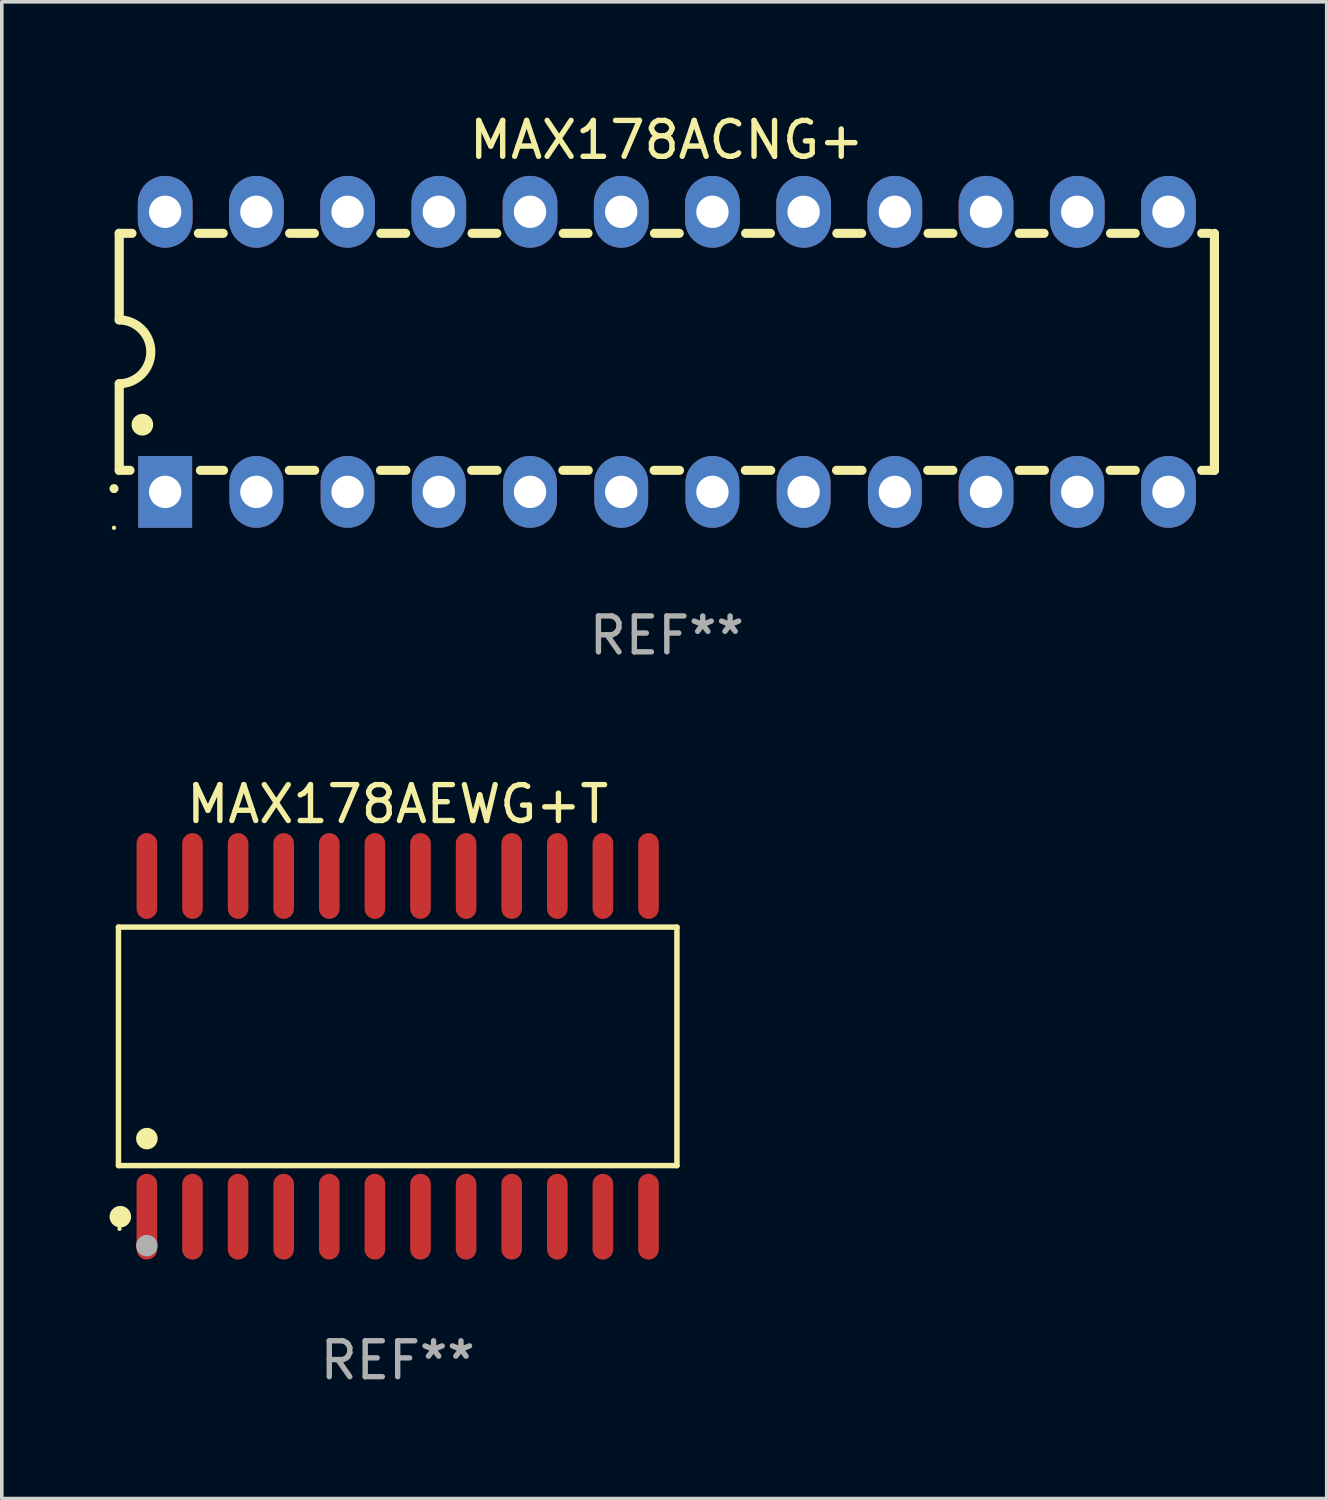
<source format=kicad_pcb>
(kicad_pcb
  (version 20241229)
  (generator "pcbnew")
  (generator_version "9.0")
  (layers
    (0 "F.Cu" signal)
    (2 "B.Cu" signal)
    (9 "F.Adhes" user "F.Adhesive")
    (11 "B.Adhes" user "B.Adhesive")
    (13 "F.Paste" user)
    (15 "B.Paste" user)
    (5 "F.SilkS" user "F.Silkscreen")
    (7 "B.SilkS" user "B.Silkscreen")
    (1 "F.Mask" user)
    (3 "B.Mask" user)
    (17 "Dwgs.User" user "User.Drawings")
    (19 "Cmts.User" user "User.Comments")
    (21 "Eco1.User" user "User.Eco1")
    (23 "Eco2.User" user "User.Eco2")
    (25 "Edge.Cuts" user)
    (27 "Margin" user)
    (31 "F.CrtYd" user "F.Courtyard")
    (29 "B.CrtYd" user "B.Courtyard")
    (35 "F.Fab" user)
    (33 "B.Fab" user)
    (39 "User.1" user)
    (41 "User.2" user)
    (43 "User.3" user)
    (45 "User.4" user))
  (footprint "MAX178AEWG+T"
    (layer "F.Cu")
    (at 8.025 26.089)
    (property "Reference" "MAX178AEWG+T" (at 0 -6.744 0) (layer "F.SilkS") (effects (font (size 1 1) (thickness 0.15))))
    (attr through_hole)
    (fp_line (start -7.776 -3.321) (end 7.776 -3.321) (stroke (width 0.152) (type solid)) (layer "F.SilkS"))
    (fp_line (start -7.776 3.321) (end -7.776 -3.321) (stroke (width 0.152) (type solid)) (layer "F.SilkS"))
    (fp_line (start 7.776 -3.321) (end 7.776 3.321) (stroke (width 0.152) (type solid)) (layer "F.SilkS"))
    (fp_line (start 7.776 3.321) (end -7.776 3.321) (stroke (width 0.152) (type solid)) (layer "F.SilkS"))
    (fp_circle (center -7.747 5.08) (end -7.717 5.08) (stroke (width 0.06) (type solid)) (fill no) (layer "F.SilkS"))
    (fp_circle (center -7.724 4.744) (end -7.574 4.744) (stroke (width 0.3) (type solid)) (fill no) (layer "F.SilkS"))
    (fp_circle (center -6.985 2.569) (end -6.835 2.569) (stroke (width 0.3) (type solid)) (fill no) (layer "F.SilkS"))
    (fp_circle (center -6.985 5.55) (end -6.835 5.55) (stroke (width 0.3) (type solid)) (fill no) (layer "F.Fab"))
    (fp_text user "REF**" (at 0 8.744 0) (layer "F.Fab") (effects (font (size 1 1) (thickness 0.15))))
    (pad "1" smd oval (at -6.985 4.744) (size 0.574 2.388) (layers "F.Cu" "F.Mask" "F.Paste"))
    (pad "2" smd oval (at -5.715 4.744) (size 0.574 2.388) (layers "F.Cu" "F.Mask" "F.Paste"))
    (pad "3" smd oval (at -4.445 4.744) (size 0.574 2.388) (layers "F.Cu" "F.Mask" "F.Paste"))
    (pad "4" smd oval (at -3.175 4.744) (size 0.574 2.388) (layers "F.Cu" "F.Mask" "F.Paste"))
    (pad "5" smd oval (at -1.905 4.744) (size 0.574 2.388) (layers "F.Cu" "F.Mask" "F.Paste"))
    (pad "6" smd oval (at -0.635 4.744) (size 0.574 2.388) (layers "F.Cu" "F.Mask" "F.Paste"))
    (pad "7" smd oval (at 0.635 4.744) (size 0.574 2.388) (layers "F.Cu" "F.Mask" "F.Paste"))
    (pad "8" smd oval (at 1.905 4.744) (size 0.574 2.388) (layers "F.Cu" "F.Mask" "F.Paste"))
    (pad "9" smd oval (at 3.175 4.744) (size 0.574 2.388) (layers "F.Cu" "F.Mask" "F.Paste"))
    (pad "10" smd oval (at 4.445 4.744) (size 0.574 2.388) (layers "F.Cu" "F.Mask" "F.Paste"))
    (pad "11" smd oval (at 5.715 4.744) (size 0.574 2.388) (layers "F.Cu" "F.Mask" "F.Paste"))
    (pad "12" smd oval (at 6.985 4.744) (size 0.574 2.388) (layers "F.Cu" "F.Mask" "F.Paste"))
    (pad "13" smd oval (at 6.985 -4.744) (size 0.574 2.388) (layers "F.Cu" "F.Mask" "F.Paste"))
    (pad "14" smd oval (at 5.715 -4.744) (size 0.574 2.388) (layers "F.Cu" "F.Mask" "F.Paste"))
    (pad "15" smd oval (at 4.445 -4.744) (size 0.574 2.388) (layers "F.Cu" "F.Mask" "F.Paste"))
    (pad "16" smd oval (at 3.175 -4.744) (size 0.574 2.388) (layers "F.Cu" "F.Mask" "F.Paste"))
    (pad "17" smd oval (at 1.905 -4.744) (size 0.574 2.388) (layers "F.Cu" "F.Mask" "F.Paste"))
    (pad "18" smd oval (at 0.635 -4.744) (size 0.574 2.388) (layers "F.Cu" "F.Mask" "F.Paste"))
    (pad "19" smd oval (at -0.635 -4.744) (size 0.574 2.388) (layers "F.Cu" "F.Mask" "F.Paste"))
    (pad "20" smd oval (at -1.905 -4.744) (size 0.574 2.388) (layers "F.Cu" "F.Mask" "F.Paste"))
    (pad "21" smd oval (at -3.175 -4.744) (size 0.574 2.388) (layers "F.Cu" "F.Mask" "F.Paste"))
    (pad "22" smd oval (at -4.445 -4.744) (size 0.574 2.388) (layers "F.Cu" "F.Mask" "F.Paste"))
    (pad "23" smd oval (at -5.715 -4.744) (size 0.574 2.388) (layers "F.Cu" "F.Mask" "F.Paste"))
    (pad "24" smd oval (at -6.985 -4.744) (size 0.574 2.388) (layers "F.Cu" "F.Mask" "F.Paste")))
  (footprint "MAX178ACNG+"
    (layer "F.Cu")
    (at 15.52 6.748)
    (property "Reference" "MAX178ACNG+" (at 0 -5.9 0) (layer "F.SilkS") (effects (font (size 1 1) (thickness 0.15))))
    (attr through_hole)
    (fp_line (start -15.25 -3.3) (end -15.25 -0.889) (stroke (width 0.254) (type solid)) (layer "F.SilkS"))
    (fp_line (start -15.25 -3.3) (end -14.895 -3.3) (stroke (width 0.254) (type solid)) (layer "F.SilkS"))
    (fp_line (start -15.25 3.3) (end -15.25 0.889) (stroke (width 0.254) (type solid)) (layer "F.SilkS"))
    (fp_line (start -15.25 3.3) (end -14.951 3.3) (stroke (width 0.254) (type solid)) (layer "F.SilkS"))
    (fp_line (start -13.045 -3.3) (end -12.355 -3.3) (stroke (width 0.254) (type solid)) (layer "F.SilkS"))
    (fp_line (start -12.989 3.3) (end -12.347 3.3) (stroke (width 0.254) (type solid)) (layer "F.SilkS"))
    (fp_line (start -10.514 3.3) (end -9.807 3.3) (stroke (width 0.254) (type solid)) (layer "F.SilkS"))
    (fp_line (start -10.505 -3.3) (end -9.815 -3.3) (stroke (width 0.254) (type solid)) (layer "F.SilkS"))
    (fp_line (start -7.974 3.3) (end -7.267 3.3) (stroke (width 0.254) (type solid)) (layer "F.SilkS"))
    (fp_line (start -7.965 -3.3) (end -7.275 -3.3) (stroke (width 0.254) (type solid)) (layer "F.SilkS"))
    (fp_line (start -5.434 3.3) (end -4.727 3.3) (stroke (width 0.254) (type solid)) (layer "F.SilkS"))
    (fp_line (start -5.425 -3.3) (end -4.735 -3.3) (stroke (width 0.254) (type solid)) (layer "F.SilkS"))
    (fp_line (start -2.894 3.3) (end -2.187 3.3) (stroke (width 0.254) (type solid)) (layer "F.SilkS"))
    (fp_line (start -2.885 -3.3) (end -2.195 -3.3) (stroke (width 0.254) (type solid)) (layer "F.SilkS"))
    (fp_line (start -0.354 3.3) (end 0.353 3.3) (stroke (width 0.254) (type solid)) (layer "F.SilkS"))
    (fp_line (start -0.345 -3.3) (end 0.345 -3.3) (stroke (width 0.254) (type solid)) (layer "F.SilkS"))
    (fp_line (start 2.186 3.3) (end 2.893 3.3) (stroke (width 0.254) (type solid)) (layer "F.SilkS"))
    (fp_line (start 2.195 -3.3) (end 2.885 -3.3) (stroke (width 0.254) (type solid)) (layer "F.SilkS"))
    (fp_line (start 4.726 3.3) (end 5.434 3.3) (stroke (width 0.254) (type solid)) (layer "F.SilkS"))
    (fp_line (start 4.735 -3.3) (end 5.425 -3.3) (stroke (width 0.254) (type solid)) (layer "F.SilkS"))
    (fp_line (start 7.266 3.3) (end 7.965 3.3) (stroke (width 0.254) (type solid)) (layer "F.SilkS"))
    (fp_line (start 7.275 -3.3) (end 7.965 -3.3) (stroke (width 0.254) (type solid)) (layer "F.SilkS"))
    (fp_line (start 9.815 -3.3) (end 10.505 -3.3) (stroke (width 0.254) (type solid)) (layer "F.SilkS"))
    (fp_line (start 9.815 3.3) (end 10.514 3.3) (stroke (width 0.254) (type solid)) (layer "F.SilkS"))
    (fp_line (start 12.346 3.3) (end 13.045 3.3) (stroke (width 0.254) (type solid)) (layer "F.SilkS"))
    (fp_line (start 12.355 -3.3) (end 13.045 -3.3) (stroke (width 0.254) (type solid)) (layer "F.SilkS"))
    (fp_line (start 14.895 -3.3) (end 15.113 -3.3) (stroke (width 0.254) (type solid)) (layer "F.SilkS"))
    (fp_line (start 14.895 3.3) (end 15.25 3.3) (stroke (width 0.254) (type solid)) (layer "F.SilkS"))
    (fp_line (start 15.25 -3.3) (end 15.25 3.3) (stroke (width 0.254) (type solid)) (layer "F.SilkS"))
    (fp_arc (start -15.394971 3.810033) (mid -15.394978 3.808763) (end -15.394971 3.807493) (stroke (width 0.25) (type solid)) (layer "F.SilkS"))
    (fp_arc (start -15.251053 -0.890146) (mid -14.361467 -0.001067) (end -15.250038 0.889027) (stroke (width 0.254001) (type solid)) (layer "F.SilkS"))
    (fp_arc (start -14.605029 2.032029) (mid -14.60504 2.029489) (end -14.605029 2.026949) (stroke (width 0.6) (type solid)) (layer "F.SilkS"))
    (fp_circle (center -15.395 4.9) (end -15.365 4.9) (stroke (width 0.06) (type solid)) (fill no) (layer "F.SilkS"))
    (fp_text user "REF**" (at 0 7.9 0) (layer "F.Fab") (effects (font (size 1 1) (thickness 0.15))))
    (pad "1" thru_hole rect (at -13.97 3.9 90) (size 2 1.5) (drill 0.9) (layers "*.Cu" "*.Mask"))
    (pad "2" thru_hole oval (at -11.43 3.9 90) (size 2 1.5) (drill 0.9) (layers "*.Cu" "*.Mask"))
    (pad "3" thru_hole oval (at -8.89 3.9 90) (size 2 1.5) (drill 0.9) (layers "*.Cu" "*.Mask"))
    (pad "4" thru_hole oval (at -6.35 3.9 90) (size 2 1.5) (drill 0.9) (layers "*.Cu" "*.Mask"))
    (pad "5" thru_hole oval (at -3.81 3.9 90) (size 2 1.5) (drill 0.9) (layers "*.Cu" "*.Mask"))
    (pad "6" thru_hole oval (at -1.27 3.9 90) (size 2 1.5) (drill 0.9) (layers "*.Cu" "*.Mask"))
    (pad "7" thru_hole oval (at 1.27 3.9 90) (size 2 1.5) (drill 0.9) (layers "*.Cu" "*.Mask"))
    (pad "8" thru_hole oval (at 3.81 3.9 90) (size 2 1.5) (drill 0.9) (layers "*.Cu" "*.Mask"))
    (pad "9" thru_hole oval (at 6.35 3.9 90) (size 2 1.5) (drill 0.9) (layers "*.Cu" "*.Mask"))
    (pad "10" thru_hole oval (at 8.89 3.9 90) (size 2 1.524) (drill 0.9) (layers "*.Cu" "*.Mask"))
    (pad "11" thru_hole oval (at 11.43 3.9 90) (size 2 1.5) (drill 0.9) (layers "*.Cu" "*.Mask"))
    (pad "12" thru_hole oval (at 13.97 3.9 90) (size 2 1.524) (drill 0.9) (layers "*.Cu" "*.Mask"))
    (pad "13" thru_hole oval (at 13.97 -3.9 90) (size 2 1.524) (drill 0.9) (layers "*.Cu" "*.Mask"))
    (pad "14" thru_hole oval (at 11.43 -3.9 90) (size 2 1.524) (drill 0.9) (layers "*.Cu" "*.Mask"))
    (pad "15" thru_hole oval (at 8.89 -3.9 90) (size 2 1.524) (drill 0.9) (layers "*.Cu" "*.Mask"))
    (pad "16" thru_hole oval (at 6.35 -3.9 90) (size 2 1.524) (drill 0.9) (layers "*.Cu" "*.Mask"))
    (pad "17" thru_hole oval (at 3.81 -3.9 90) (size 2 1.524) (drill 0.9) (layers "*.Cu" "*.Mask"))
    (pad "18" thru_hole oval (at 1.27 -3.9 90) (size 2 1.524) (drill 0.9) (layers "*.Cu" "*.Mask"))
    (pad "19" thru_hole oval (at -1.27 -3.9 90) (size 2 1.524) (drill 0.9) (layers "*.Cu" "*.Mask"))
    (pad "20" thru_hole oval (at -3.81 -3.9 90) (size 2 1.524) (drill 0.9) (layers "*.Cu" "*.Mask"))
    (pad "21" thru_hole oval (at -6.35 -3.9 90) (size 2 1.524) (drill 0.9) (layers "*.Cu" "*.Mask"))
    (pad "22" thru_hole oval (at -8.89 -3.9 90) (size 2 1.524) (drill 0.9) (layers "*.Cu" "*.Mask"))
    (pad "23" thru_hole oval (at -11.43 -3.9 90) (size 2 1.524) (drill 0.9) (layers "*.Cu" "*.Mask"))
    (pad "24" thru_hole oval (at -13.97 -3.9 90) (size 2 1.524) (drill 0.9) (layers "*.Cu" "*.Mask")))
  (gr_rect
    (start -3 -3)
    (end 33.897 38.681)
    (stroke (width 0.1) (type default))
    (fill no)
    (layer "Edge.Cuts")))
</source>
